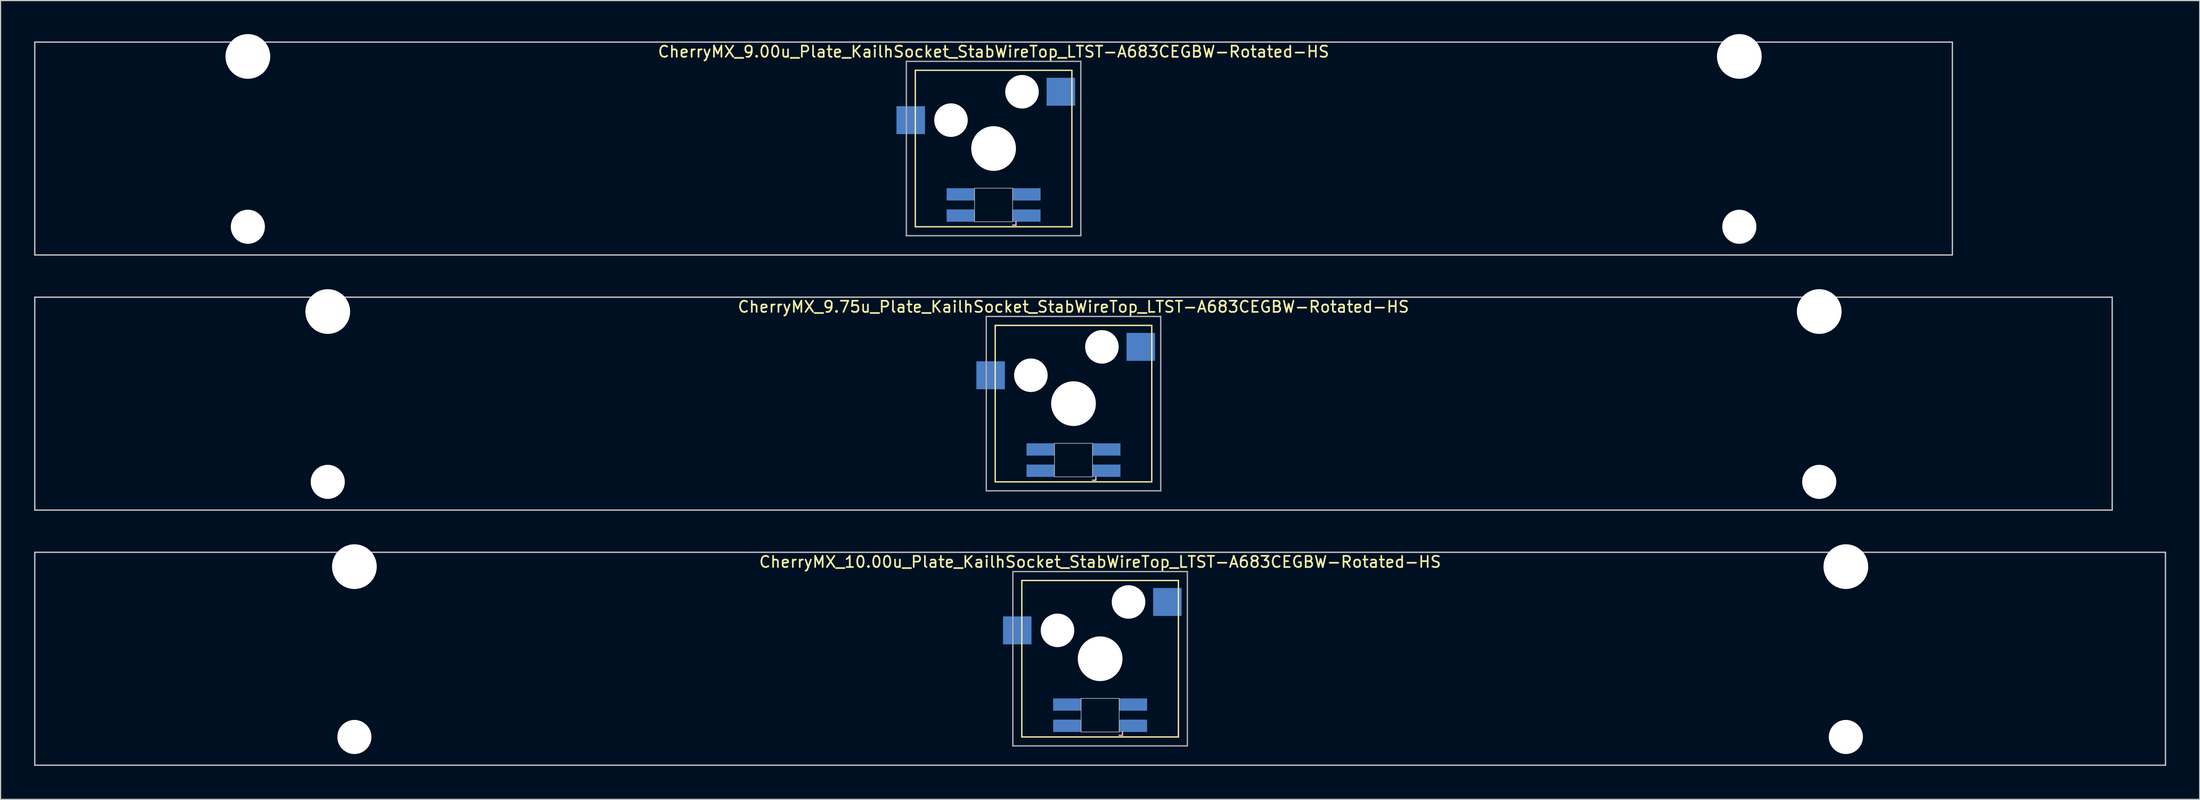
<source format=kicad_pcb>
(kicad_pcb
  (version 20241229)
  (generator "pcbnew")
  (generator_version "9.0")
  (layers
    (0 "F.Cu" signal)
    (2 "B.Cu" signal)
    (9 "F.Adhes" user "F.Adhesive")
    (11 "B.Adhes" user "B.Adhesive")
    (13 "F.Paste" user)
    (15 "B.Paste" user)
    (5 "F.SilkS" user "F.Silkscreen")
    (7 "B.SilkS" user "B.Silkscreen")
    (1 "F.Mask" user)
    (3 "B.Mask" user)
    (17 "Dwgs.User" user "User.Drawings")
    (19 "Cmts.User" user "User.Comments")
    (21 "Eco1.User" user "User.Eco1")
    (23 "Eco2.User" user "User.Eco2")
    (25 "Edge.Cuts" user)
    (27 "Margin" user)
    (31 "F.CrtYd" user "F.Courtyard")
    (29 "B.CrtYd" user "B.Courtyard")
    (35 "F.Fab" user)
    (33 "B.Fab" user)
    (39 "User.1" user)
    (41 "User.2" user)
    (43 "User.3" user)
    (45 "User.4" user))
  (footprint "CherryMX_9.75u_Plate_KailhSocket_StabWireTop_LTST-A683CEGBW-Rotated-HS"
    (layer "F.Cu")
    (at 92.929 33.065)
    (property "Reference" "CherryMX_9.75u_Plate_KailhSocket_StabWireTop_LTST-A683CEGBW-Rotated-HS" (at 0 -8.662 0) (layer "F.SilkS") (effects (font (size 1 1) (thickness 0.15))))
    (attr through_hole)
    (fp_line (start -7 -7) (end -7 7) (stroke (width 0.12) (type solid)) (layer "F.SilkS"))
    (fp_line (start -7 -7) (end 7 -7) (stroke (width 0.12) (type solid)) (layer "F.SilkS"))
    (fp_line (start 7 -7) (end 7 7) (stroke (width 0.12) (type solid)) (layer "F.SilkS"))
    (fp_line (start 7 7) (end -7 7) (stroke (width 0.12) (type solid)) (layer "F.SilkS"))
    (fp_line (start 1.7 6.85) (end 2 6.85) (stroke (width 0.12) (type solid)) (layer "B.SilkS"))
    (fp_line (start 2 6.85) (end 2 6.55) (stroke (width 0.12) (type solid)) (layer "B.SilkS"))
    (fp_line (start -92.869 -9.525) (end 92.869 -9.525) (stroke (width 0.12) (type solid)) (layer "Dwgs.User"))
    (fp_line (start -92.869 9.525) (end -92.869 -9.525) (stroke (width 0.12) (type solid)) (layer "Dwgs.User"))
    (fp_line (start 92.869 -9.525) (end 92.869 9.525) (stroke (width 0.12) (type solid)) (layer "Dwgs.User"))
    (fp_line (start 92.869 9.525) (end -92.869 9.525) (stroke (width 0.12) (type solid)) (layer "Dwgs.User"))
    (fp_line (start -1.7 3.55) (end 1.7 3.55) (stroke (width 0.05) (type solid)) (layer "Edge.Cuts"))
    (fp_line (start -1.7 6.55) (end -1.7 3.55) (stroke (width 0.05) (type solid)) (layer "Edge.Cuts"))
    (fp_line (start 1.7 3.55) (end 1.7 6.55) (stroke (width 0.05) (type solid)) (layer "Edge.Cuts"))
    (fp_line (start 1.7 6.55) (end -1.7 6.55) (stroke (width 0.05) (type solid)) (layer "Edge.Cuts"))
    (fp_line (start -7.8 -7.8) (end -7.8 7.8) (stroke (width 0.12) (type solid)) (layer "F.Fab"))
    (fp_line (start -7.8 -7.8) (end 7.8 -7.8) (stroke (width 0.12) (type solid)) (layer "F.Fab"))
    (fp_line (start -7.8 7.8) (end 7.8 7.8) (stroke (width 0.12) (type solid)) (layer "F.Fab"))
    (fp_line (start 7.8 -7.8) (end 7.8 7.8) (stroke (width 0.12) (type solid)) (layer "F.Fab"))
    (pad "" np_thru_hole circle (at -66.675 -8.24) (size 4 4) (drill 4) (layers "*.Cu" "*.Mask"))
    (pad "" np_thru_hole circle (at -66.675 7) (size 3.05 3.05) (drill 3.05) (layers "*.Cu" "*.Mask"))
    (pad "" np_thru_hole circle (at -3.81 -2.54) (size 3 3) (drill 3) (layers "*.Cu" "*.Mask"))
    (pad "" np_thru_hole circle (at 0 0) (size 4 4) (drill 4) (layers "*.Cu" "*.Mask"))
    (pad "" np_thru_hole circle (at 2.54 -5.08) (size 3 3) (drill 3) (layers "*.Cu" "*.Mask"))
    (pad "" np_thru_hole circle (at 66.675 -8.24) (size 4 4) (drill 4) (layers "*.Cu" "*.Mask"))
    (pad "" np_thru_hole circle (at 66.675 7) (size 3.05 3.05) (drill 3.05) (layers "*.Cu" "*.Mask"))
    (pad "1" smd rect (at -7.41 -2.54) (size 2.55 2.5) (layers "B.Cu" "B.Mask" "B.Paste"))
    (pad "2" smd rect (at 6.015 -5.08) (size 2.55 2.5) (layers "B.Cu" "B.Mask" "B.Paste"))
    (pad "3" smd rect (at 2.95 6) (size 2.5 1.1) (layers "B.Cu" "B.Mask" "B.Paste"))
    (pad "4" smd rect (at 2.95 4.1) (size 2.5 1.1) (layers "B.Cu" "B.Mask" "B.Paste"))
    (pad "5" smd rect (at -2.95 6) (size 2.5 1.1) (layers "B.Cu" "B.Mask" "B.Paste"))
    (pad "6" smd rect (at -2.95 4.1) (size 2.5 1.1) (layers "B.Cu" "B.Mask" "B.Paste")))
  (footprint "CherryMX_10.00u_Plate_KailhSocket_StabWireTop_LTST-A683CEGBW-Rotated-HS"
    (layer "F.Cu")
    (at 95.31 55.89)
    (property "Reference" "CherryMX_10.00u_Plate_KailhSocket_StabWireTop_LTST-A683CEGBW-Rotated-HS" (at 0 -8.662 0) (layer "F.SilkS") (effects (font (size 1 1) (thickness 0.15))))
    (attr through_hole)
    (fp_line (start -7 -7) (end -7 7) (stroke (width 0.12) (type solid)) (layer "F.SilkS"))
    (fp_line (start -7 -7) (end 7 -7) (stroke (width 0.12) (type solid)) (layer "F.SilkS"))
    (fp_line (start 7 -7) (end 7 7) (stroke (width 0.12) (type solid)) (layer "F.SilkS"))
    (fp_line (start 7 7) (end -7 7) (stroke (width 0.12) (type solid)) (layer "F.SilkS"))
    (fp_line (start 1.7 6.85) (end 2 6.85) (stroke (width 0.12) (type solid)) (layer "B.SilkS"))
    (fp_line (start 2 6.85) (end 2 6.55) (stroke (width 0.12) (type solid)) (layer "B.SilkS"))
    (fp_line (start -95.25 -9.525) (end 95.25 -9.525) (stroke (width 0.12) (type solid)) (layer "Dwgs.User"))
    (fp_line (start -95.25 9.525) (end -95.25 -9.525) (stroke (width 0.12) (type solid)) (layer "Dwgs.User"))
    (fp_line (start 95.25 -9.525) (end 95.25 9.525) (stroke (width 0.12) (type solid)) (layer "Dwgs.User"))
    (fp_line (start 95.25 9.525) (end -95.25 9.525) (stroke (width 0.12) (type solid)) (layer "Dwgs.User"))
    (fp_line (start -1.7 3.55) (end 1.7 3.55) (stroke (width 0.05) (type solid)) (layer "Edge.Cuts"))
    (fp_line (start -1.7 6.55) (end -1.7 3.55) (stroke (width 0.05) (type solid)) (layer "Edge.Cuts"))
    (fp_line (start 1.7 3.55) (end 1.7 6.55) (stroke (width 0.05) (type solid)) (layer "Edge.Cuts"))
    (fp_line (start 1.7 6.55) (end -1.7 6.55) (stroke (width 0.05) (type solid)) (layer "Edge.Cuts"))
    (fp_line (start -7.8 -7.8) (end -7.8 7.8) (stroke (width 0.12) (type solid)) (layer "F.Fab"))
    (fp_line (start -7.8 -7.8) (end 7.8 -7.8) (stroke (width 0.12) (type solid)) (layer "F.Fab"))
    (fp_line (start -7.8 7.8) (end 7.8 7.8) (stroke (width 0.12) (type solid)) (layer "F.Fab"))
    (fp_line (start 7.8 -7.8) (end 7.8 7.8) (stroke (width 0.12) (type solid)) (layer "F.Fab"))
    (pad "" np_thru_hole circle (at -66.675 -8.24) (size 4 4) (drill 4) (layers "*.Cu" "*.Mask"))
    (pad "" np_thru_hole circle (at -66.675 7) (size 3.05 3.05) (drill 3.05) (layers "*.Cu" "*.Mask"))
    (pad "" np_thru_hole circle (at -3.81 -2.54) (size 3 3) (drill 3) (layers "*.Cu" "*.Mask"))
    (pad "" np_thru_hole circle (at 0 0) (size 4 4) (drill 4) (layers "*.Cu" "*.Mask"))
    (pad "" np_thru_hole circle (at 2.54 -5.08) (size 3 3) (drill 3) (layers "*.Cu" "*.Mask"))
    (pad "" np_thru_hole circle (at 66.675 -8.24) (size 4 4) (drill 4) (layers "*.Cu" "*.Mask"))
    (pad "" np_thru_hole circle (at 66.675 7) (size 3.05 3.05) (drill 3.05) (layers "*.Cu" "*.Mask"))
    (pad "1" smd rect (at -7.41 -2.54) (size 2.55 2.5) (layers "B.Cu" "B.Mask" "B.Paste"))
    (pad "2" smd rect (at 6.015 -5.08) (size 2.55 2.5) (layers "B.Cu" "B.Mask" "B.Paste"))
    (pad "3" smd rect (at 2.95 6) (size 2.5 1.1) (layers "B.Cu" "B.Mask" "B.Paste"))
    (pad "4" smd rect (at 2.95 4.1) (size 2.5 1.1) (layers "B.Cu" "B.Mask" "B.Paste"))
    (pad "5" smd rect (at -2.95 6) (size 2.5 1.1) (layers "B.Cu" "B.Mask" "B.Paste"))
    (pad "6" smd rect (at -2.95 4.1) (size 2.5 1.1) (layers "B.Cu" "B.Mask" "B.Paste")))
  (footprint "CherryMX_9.00u_Plate_KailhSocket_StabWireTop_LTST-A683CEGBW-Rotated-HS"
    (layer "F.Cu")
    (at 85.785 10.24)
    (property "Reference" "CherryMX_9.00u_Plate_KailhSocket_StabWireTop_LTST-A683CEGBW-Rotated-HS" (at 0 -8.662 0) (layer "F.SilkS") (effects (font (size 1 1) (thickness 0.15))))
    (attr through_hole)
    (fp_line (start -7 -7) (end -7 7) (stroke (width 0.12) (type solid)) (layer "F.SilkS"))
    (fp_line (start -7 -7) (end 7 -7) (stroke (width 0.12) (type solid)) (layer "F.SilkS"))
    (fp_line (start 7 -7) (end 7 7) (stroke (width 0.12) (type solid)) (layer "F.SilkS"))
    (fp_line (start 7 7) (end -7 7) (stroke (width 0.12) (type solid)) (layer "F.SilkS"))
    (fp_line (start 1.7 6.85) (end 2 6.85) (stroke (width 0.12) (type solid)) (layer "B.SilkS"))
    (fp_line (start 2 6.85) (end 2 6.55) (stroke (width 0.12) (type solid)) (layer "B.SilkS"))
    (fp_line (start -85.725 -9.525) (end 85.725 -9.525) (stroke (width 0.12) (type solid)) (layer "Dwgs.User"))
    (fp_line (start -85.725 9.525) (end -85.725 -9.525) (stroke (width 0.12) (type solid)) (layer "Dwgs.User"))
    (fp_line (start 85.725 -9.525) (end 85.725 9.525) (stroke (width 0.12) (type solid)) (layer "Dwgs.User"))
    (fp_line (start 85.725 9.525) (end -85.725 9.525) (stroke (width 0.12) (type solid)) (layer "Dwgs.User"))
    (fp_line (start -1.7 3.55) (end 1.7 3.55) (stroke (width 0.05) (type solid)) (layer "Edge.Cuts"))
    (fp_line (start -1.7 6.55) (end -1.7 3.55) (stroke (width 0.05) (type solid)) (layer "Edge.Cuts"))
    (fp_line (start 1.7 3.55) (end 1.7 6.55) (stroke (width 0.05) (type solid)) (layer "Edge.Cuts"))
    (fp_line (start 1.7 6.55) (end -1.7 6.55) (stroke (width 0.05) (type solid)) (layer "Edge.Cuts"))
    (fp_line (start -7.8 -7.8) (end -7.8 7.8) (stroke (width 0.12) (type solid)) (layer "F.Fab"))
    (fp_line (start -7.8 -7.8) (end 7.8 -7.8) (stroke (width 0.12) (type solid)) (layer "F.Fab"))
    (fp_line (start -7.8 7.8) (end 7.8 7.8) (stroke (width 0.12) (type solid)) (layer "F.Fab"))
    (fp_line (start 7.8 -7.8) (end 7.8 7.8) (stroke (width 0.12) (type solid)) (layer "F.Fab"))
    (pad "" np_thru_hole circle (at -66.675 -8.24) (size 4 4) (drill 4) (layers "*.Cu" "*.Mask"))
    (pad "" np_thru_hole circle (at -66.675 7) (size 3.05 3.05) (drill 3.05) (layers "*.Cu" "*.Mask"))
    (pad "" np_thru_hole circle (at -3.81 -2.54) (size 3 3) (drill 3) (layers "*.Cu" "*.Mask"))
    (pad "" np_thru_hole circle (at 0 0) (size 4 4) (drill 4) (layers "*.Cu" "*.Mask"))
    (pad "" np_thru_hole circle (at 2.54 -5.08) (size 3 3) (drill 3) (layers "*.Cu" "*.Mask"))
    (pad "" np_thru_hole circle (at 66.675 -8.24) (size 4 4) (drill 4) (layers "*.Cu" "*.Mask"))
    (pad "" np_thru_hole circle (at 66.675 7) (size 3.05 3.05) (drill 3.05) (layers "*.Cu" "*.Mask"))
    (pad "1" smd rect (at -7.41 -2.54) (size 2.55 2.5) (layers "B.Cu" "B.Mask" "B.Paste"))
    (pad "2" smd rect (at 6.015 -5.08) (size 2.55 2.5) (layers "B.Cu" "B.Mask" "B.Paste"))
    (pad "3" smd rect (at 2.95 6) (size 2.5 1.1) (layers "B.Cu" "B.Mask" "B.Paste"))
    (pad "4" smd rect (at 2.95 4.1) (size 2.5 1.1) (layers "B.Cu" "B.Mask" "B.Paste"))
    (pad "5" smd rect (at -2.95 6) (size 2.5 1.1) (layers "B.Cu" "B.Mask" "B.Paste"))
    (pad "6" smd rect (at -2.95 4.1) (size 2.5 1.1) (layers "B.Cu" "B.Mask" "B.Paste")))
  (gr_rect
    (start -3 -3)
    (end 193.62 68.475)
    (stroke (width 0.1) (type default))
    (fill no)
    (layer "Edge.Cuts")))
</source>
